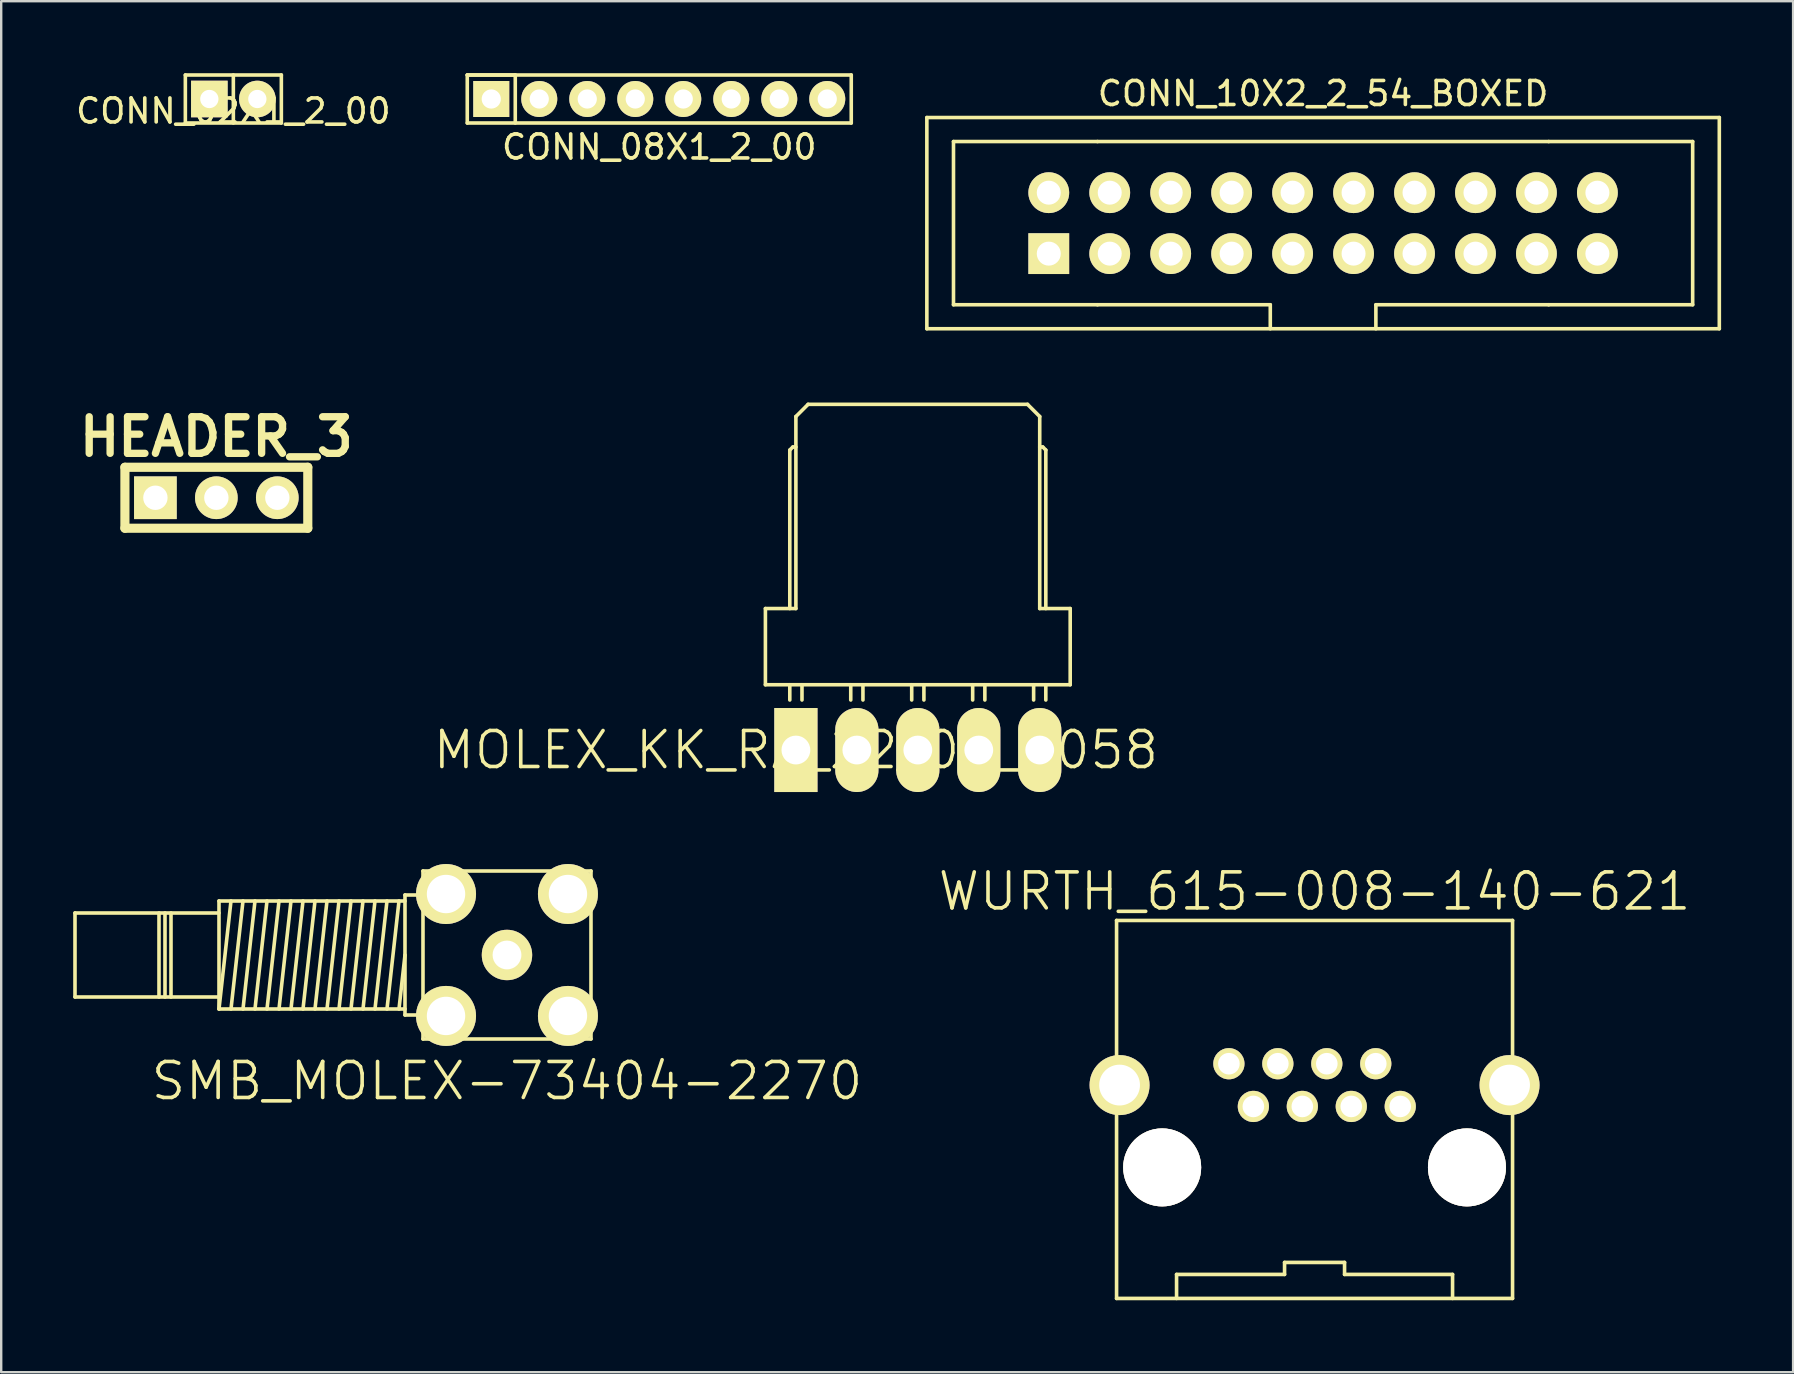
<source format=kicad_pcb>
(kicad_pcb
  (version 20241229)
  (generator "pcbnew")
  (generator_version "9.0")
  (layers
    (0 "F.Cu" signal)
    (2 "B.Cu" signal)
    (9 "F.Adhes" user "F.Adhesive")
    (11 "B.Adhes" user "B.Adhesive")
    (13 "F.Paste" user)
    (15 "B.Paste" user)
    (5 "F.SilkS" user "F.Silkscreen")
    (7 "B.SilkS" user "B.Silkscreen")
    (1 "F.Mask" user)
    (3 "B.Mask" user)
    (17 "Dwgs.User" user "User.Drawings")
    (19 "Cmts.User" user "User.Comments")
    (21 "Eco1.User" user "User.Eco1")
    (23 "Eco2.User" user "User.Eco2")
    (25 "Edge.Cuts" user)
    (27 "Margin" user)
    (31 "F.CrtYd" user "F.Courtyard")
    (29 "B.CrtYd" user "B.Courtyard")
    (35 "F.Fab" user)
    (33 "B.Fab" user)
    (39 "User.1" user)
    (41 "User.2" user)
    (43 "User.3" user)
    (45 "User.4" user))
  (footprint "SMB_MOLEX-73404-2270"
    (layer "F.Cu")
    (at 18.075 36.742)
    (property "Reference" "SMB_MOLEX-73404-2270" (at 0 5.25 0) (layer "F.SilkS") (effects (font (size 1.5 1.5) (thickness 0.15))))
    (attr through_hole)
    (fp_line (start -18 -1.75) (end -18 1.75) (stroke (width 0.15) (type solid)) (layer "F.SilkS"))
    (fp_line (start -18 1.75) (end -12 1.75) (stroke (width 0.15) (type solid)) (layer "F.SilkS"))
    (fp_line (start -14.5 -1.75) (end -14.5 1.75) (stroke (width 0.15) (type solid)) (layer "F.SilkS"))
    (fp_line (start -14.25 -1.75) (end -14.25 1.75) (stroke (width 0.15) (type solid)) (layer "F.SilkS"))
    (fp_line (start -14 -1.75) (end -14 1.75) (stroke (width 0.15) (type solid)) (layer "F.SilkS"))
    (fp_line (start -12 -2.25) (end -12 2.25) (stroke (width 0.15) (type solid)) (layer "F.SilkS"))
    (fp_line (start -12 -1.75) (end -18 -1.75) (stroke (width 0.15) (type solid)) (layer "F.SilkS"))
    (fp_line (start -12 2.25) (end -11.5 -2.25) (stroke (width 0.15) (type solid)) (layer "F.SilkS"))
    (fp_line (start -12 2.25) (end -4.25 2.25) (stroke (width 0.15) (type solid)) (layer "F.SilkS"))
    (fp_line (start -11.5 2.25) (end -11 -2.25) (stroke (width 0.15) (type solid)) (layer "F.SilkS"))
    (fp_line (start -11 2.25) (end -10.5 -2.25) (stroke (width 0.15) (type solid)) (layer "F.SilkS"))
    (fp_line (start -10.5 2.25) (end -10 -2.25) (stroke (width 0.15) (type solid)) (layer "F.SilkS"))
    (fp_line (start -10 2.25) (end -9.5 -2.25) (stroke (width 0.15) (type solid)) (layer "F.SilkS"))
    (fp_line (start -9.5 2.25) (end -9 -2.25) (stroke (width 0.15) (type solid)) (layer "F.SilkS"))
    (fp_line (start -9 2.25) (end -8.5 -2.25) (stroke (width 0.15) (type solid)) (layer "F.SilkS"))
    (fp_line (start -8.5 2.25) (end -8 -2.25) (stroke (width 0.15) (type solid)) (layer "F.SilkS"))
    (fp_line (start -8 2.25) (end -7.5 -2.25) (stroke (width 0.15) (type solid)) (layer "F.SilkS"))
    (fp_line (start -7.5 2.25) (end -7 -2.25) (stroke (width 0.15) (type solid)) (layer "F.SilkS"))
    (fp_line (start -7 2.25) (end -6.5 -2.25) (stroke (width 0.15) (type solid)) (layer "F.SilkS"))
    (fp_line (start -6.5 2.25) (end -6 -2.25) (stroke (width 0.15) (type solid)) (layer "F.SilkS"))
    (fp_line (start -6 2.25) (end -5.5 -2.25) (stroke (width 0.15) (type solid)) (layer "F.SilkS"))
    (fp_line (start -5.5 2.25) (end -5 -2.25) (stroke (width 0.15) (type solid)) (layer "F.SilkS"))
    (fp_line (start -5 2.25) (end -4.5 -2.25) (stroke (width 0.15) (type solid)) (layer "F.SilkS"))
    (fp_line (start -4.5 2.25) (end -4.25 0) (stroke (width 0.15) (type solid)) (layer "F.SilkS"))
    (fp_line (start -4.25 -2.5) (end -4.25 2.5) (stroke (width 0.15) (type solid)) (layer "F.SilkS"))
    (fp_line (start -4.25 -2.25) (end -12 -2.25) (stroke (width 0.15) (type solid)) (layer "F.SilkS"))
    (fp_line (start -4.25 2.5) (end -3.5 2.5) (stroke (width 0.15) (type solid)) (layer "F.SilkS"))
    (fp_line (start -3.5 -3.5) (end -3.5 3.5) (stroke (width 0.15) (type solid)) (layer "F.SilkS"))
    (fp_line (start -3.5 -2.5) (end -4.25 -2.5) (stroke (width 0.15) (type solid)) (layer "F.SilkS"))
    (fp_line (start -3.5 3.5) (end 3.5 3.5) (stroke (width 0.15) (type solid)) (layer "F.SilkS"))
    (fp_line (start 3.5 -3.5) (end -3.5 -3.5) (stroke (width 0.15) (type solid)) (layer "F.SilkS"))
    (fp_line (start 3.5 3.5) (end 3.5 -3.5) (stroke (width 0.15) (type solid)) (layer "F.SilkS"))
    (pad "1" thru_hole circle (at 0 0) (size 2.1 2.1) (drill 1.2) (layers "*.Cu" "*.Mask" "F.SilkS"))
    (pad "2" thru_hole circle (at -2.54 -2.54) (size 2.5 2.5) (drill 1.6) (layers "*.Cu" "*.Mask" "F.SilkS"))
    (pad "2" thru_hole circle (at -2.54 2.54) (size 2.5 2.5) (drill 1.6) (layers "*.Cu" "*.Mask" "F.SilkS"))
    (pad "2" thru_hole circle (at 2.54 -2.54) (size 2.5 2.5) (drill 1.6) (layers "*.Cu" "*.Mask" "F.SilkS"))
    (pad "2" thru_hole circle (at 2.54 2.54) (size 2.5 2.5) (drill 1.6) (layers "*.Cu" "*.Mask" "F.SilkS")))
  (footprint "CONN_10X2_2_54_BOXED"
    (layer "F.Cu")
    (at 52.08 6.248)
    (property "Reference" "CONN_10X2_2_54_BOXED" (at 0 -5.4 0) (layer "F.SilkS") (effects (font (size 1 1) (thickness 0.15))))
    (attr through_hole)
    (fp_line (start -16.51 -4.4) (end -16.51 4.4) (stroke (width 0.15) (type solid)) (layer "F.SilkS"))
    (fp_line (start -16.51 4.4) (end 16.51 4.4) (stroke (width 0.15) (type solid)) (layer "F.SilkS"))
    (fp_line (start -15.4 -3.4) (end -15.4 3.4) (stroke (width 0.15) (type solid)) (layer "F.SilkS"))
    (fp_line (start -15.4 3.4) (end -9.4 3.4) (stroke (width 0.15) (type solid)) (layer "F.SilkS"))
    (fp_line (start -9.4 -3.4) (end -15.4 -3.4) (stroke (width 0.15) (type solid)) (layer "F.SilkS"))
    (fp_line (start -9.4 -3.4) (end 9.4 -3.4) (stroke (width 0.15) (type solid)) (layer "F.SilkS"))
    (fp_line (start -2.2 3.4) (end -9.4 3.4) (stroke (width 0.15) (type solid)) (layer "F.SilkS"))
    (fp_line (start -2.2 4.4) (end -2.2 3.4) (stroke (width 0.15) (type solid)) (layer "F.SilkS"))
    (fp_line (start 2.2 3.4) (end 2.2 4.4) (stroke (width 0.15) (type solid)) (layer "F.SilkS"))
    (fp_line (start 9.4 -3.4) (end 15.4 -3.4) (stroke (width 0.15) (type solid)) (layer "F.SilkS"))
    (fp_line (start 9.4 3.4) (end 2.2 3.4) (stroke (width 0.15) (type solid)) (layer "F.SilkS"))
    (fp_line (start 15.4 -3.4) (end 15.4 3.4) (stroke (width 0.15) (type solid)) (layer "F.SilkS"))
    (fp_line (start 15.4 3.4) (end 9.4 3.4) (stroke (width 0.15) (type solid)) (layer "F.SilkS"))
    (fp_line (start 16.51 -4.4) (end -16.51 -4.4) (stroke (width 0.15) (type solid)) (layer "F.SilkS"))
    (fp_line (start 16.51 4.4) (end 16.51 -4.4) (stroke (width 0.15) (type solid)) (layer "F.SilkS"))
    (pad "1" thru_hole rect (at -11.43 1.27) (size 1.7 1.7) (drill 1) (layers "*.Cu" "*.Mask" "F.SilkS"))
    (pad "2" thru_hole circle (at -11.43 -1.27) (size 1.7 1.7) (drill 1) (layers "*.Cu" "*.Mask" "F.SilkS"))
    (pad "3" thru_hole circle (at -8.89 1.27) (size 1.7 1.7) (drill 1) (layers "*.Cu" "*.Mask" "F.SilkS"))
    (pad "4" thru_hole circle (at -8.89 -1.27) (size 1.7 1.7) (drill 1) (layers "*.Cu" "*.Mask" "F.SilkS"))
    (pad "5" thru_hole circle (at -6.35 1.27) (size 1.7 1.7) (drill 1) (layers "*.Cu" "*.Mask" "F.SilkS"))
    (pad "6" thru_hole circle (at -6.35 -1.27) (size 1.7 1.7) (drill 1) (layers "*.Cu" "*.Mask" "F.SilkS"))
    (pad "7" thru_hole circle (at -3.81 1.27) (size 1.7 1.7) (drill 1) (layers "*.Cu" "*.Mask" "F.SilkS"))
    (pad "8" thru_hole circle (at -3.81 -1.27) (size 1.7 1.7) (drill 1) (layers "*.Cu" "*.Mask" "F.SilkS"))
    (pad "9" thru_hole circle (at -1.27 1.27) (size 1.7 1.7) (drill 1) (layers "*.Cu" "*.Mask" "F.SilkS"))
    (pad "10" thru_hole circle (at -1.27 -1.27) (size 1.7 1.7) (drill 1) (layers "*.Cu" "*.Mask" "F.SilkS"))
    (pad "11" thru_hole circle (at 1.27 1.27) (size 1.7 1.7) (drill 1) (layers "*.Cu" "*.Mask" "F.SilkS"))
    (pad "12" thru_hole circle (at 1.27 -1.27) (size 1.7 1.7) (drill 1) (layers "*.Cu" "*.Mask" "F.SilkS"))
    (pad "13" thru_hole circle (at 3.81 1.27) (size 1.7 1.7) (drill 1) (layers "*.Cu" "*.Mask" "F.SilkS"))
    (pad "14" thru_hole circle (at 3.81 -1.27) (size 1.7 1.7) (drill 1) (layers "*.Cu" "*.Mask" "F.SilkS"))
    (pad "15" thru_hole circle (at 6.35 1.27) (size 1.7 1.7) (drill 1) (layers "*.Cu" "*.Mask" "F.SilkS"))
    (pad "16" thru_hole circle (at 6.35 -1.27) (size 1.7 1.7) (drill 1) (layers "*.Cu" "*.Mask" "F.SilkS"))
    (pad "17" thru_hole circle (at 8.89 1.27) (size 1.7 1.7) (drill 1) (layers "*.Cu" "*.Mask" "F.SilkS"))
    (pad "18" thru_hole circle (at 8.89 -1.27) (size 1.7 1.7) (drill 1) (layers "*.Cu" "*.Mask" "F.SilkS"))
    (pad "19" thru_hole circle (at 11.43 1.27) (size 1.7 1.7) (drill 1) (layers "*.Cu" "*.Mask" "F.SilkS"))
    (pad "20" thru_hole circle (at 11.43 -1.27) (size 1.7 1.7) (drill 1) (layers "*.Cu" "*.Mask" "F.SilkS")))
  (footprint "CONN_02X1_2_00"
    (layer "F.Cu")
    (at 6.673 1.075)
    (property "Reference" "CONN_02X1_2_00" (at 0 0.5 0) (layer "F.SilkS") (effects (font (size 1 1) (thickness 0.15))))
    (attr through_hole)
    (fp_line (start -2 -1) (end 2 -1) (stroke (width 0.15) (type solid)) (layer "F.SilkS"))
    (fp_line (start -2 1) (end -2 -1) (stroke (width 0.15) (type solid)) (layer "F.SilkS"))
    (fp_line (start 0 1) (end 0 -1) (stroke (width 0.15) (type solid)) (layer "F.SilkS"))
    (fp_line (start 2 -1) (end 2 1) (stroke (width 0.15) (type solid)) (layer "F.SilkS"))
    (fp_line (start 2 1) (end -2 1) (stroke (width 0.15) (type solid)) (layer "F.SilkS"))
    (pad "1" thru_hole rect (at -1 0) (size 1.524 1.524) (drill 0.762) (layers "*.Cu" "*.Mask" "F.SilkS"))
    (pad "2" thru_hole circle (at 1 0) (size 1.524 1.524) (drill 0.762) (layers "*.Cu" "*.Mask" "F.SilkS")))
  (footprint "HEADER_3"
    (layer "F.Cu")
    (at 5.965 17.69)
    (property "Reference" "HEADER_3" (at 0 -2.54 0) (layer "F.SilkS") (effects (font (size 1.524 1.524) (thickness 0.305))))
    (attr through_hole)
    (fp_line (start -3.81 -1.27) (end 3.81 -1.27) (stroke (width 0.381) (type solid)) (layer "F.SilkS"))
    (fp_line (start -3.81 1.27) (end -3.81 -1.27) (stroke (width 0.381) (type solid)) (layer "F.SilkS"))
    (fp_line (start 3.81 -1.27) (end 3.81 1.27) (stroke (width 0.381) (type solid)) (layer "F.SilkS"))
    (fp_line (start 3.81 1.27) (end -3.81 1.27) (stroke (width 0.381) (type solid)) (layer "F.SilkS"))
    (pad "1" thru_hole rect (at -2.54 0) (size 1.778 1.778) (drill 1.016) (layers "*.Cu" "*.Mask" "F.SilkS"))
    (pad "2" thru_hole circle (at 0 0) (size 1.778 1.778) (drill 1.016) (layers "*.Cu" "*.Mask" "F.SilkS"))
    (pad "3" thru_hole circle (at 2.54 0) (size 1.778 1.778) (drill 1.016) (layers "*.Cu" "*.Mask" "F.SilkS")))
  (footprint "CONN_08X1_2_00"
    (layer "F.Cu")
    (at 24.42 1.075)
    (property "Reference" "CONN_08X1_2_00" (at 0 2 0) (layer "F.SilkS") (effects (font (size 1 1) (thickness 0.15))))
    (attr through_hole)
    (fp_line (start -8 -1) (end -6 -1) (stroke (width 0.15) (type solid)) (layer "F.SilkS"))
    (fp_line (start -8 -1) (end 8 -1) (stroke (width 0.15) (type solid)) (layer "F.SilkS"))
    (fp_line (start -8 1) (end -8 -1) (stroke (width 0.15) (type solid)) (layer "F.SilkS"))
    (fp_line (start -6 -1) (end -6 1) (stroke (width 0.15) (type solid)) (layer "F.SilkS"))
    (fp_line (start 8 -1) (end 8 1) (stroke (width 0.15) (type solid)) (layer "F.SilkS"))
    (fp_line (start 8 1) (end -8 1) (stroke (width 0.15) (type solid)) (layer "F.SilkS"))
    (pad "1" thru_hole rect (at -7 0) (size 1.5 1.5) (drill 0.8) (layers "*.Cu" "*.Mask" "F.SilkS"))
    (pad "2" thru_hole circle (at -5 0) (size 1.5 1.5) (drill 0.8) (layers "*.Cu" "*.Mask" "F.SilkS"))
    (pad "3" thru_hole circle (at -3 0) (size 1.5 1.5) (drill 0.8) (layers "*.Cu" "*.Mask" "F.SilkS"))
    (pad "4" thru_hole circle (at -1 0) (size 1.5 1.5) (drill 0.8) (layers "*.Cu" "*.Mask" "F.SilkS"))
    (pad "5" thru_hole circle (at 1 0) (size 1.5 1.5) (drill 0.8) (layers "*.Cu" "*.Mask" "F.SilkS"))
    (pad "6" thru_hole circle (at 3 0) (size 1.5 1.5) (drill 0.8) (layers "*.Cu" "*.Mask" "F.SilkS"))
    (pad "7" thru_hole circle (at 5 0) (size 1.5 1.5) (drill 0.8) (layers "*.Cu" "*.Mask" "F.SilkS"))
    (pad "8" thru_hole circle (at 7 0) (size 1.5 1.5) (drill 0.8) (layers "*.Cu" "*.Mask" "F.SilkS")))
  (footprint "MOLEX_KK_RA_22_05_7058"
    (layer "F.Cu")
    (at 30.113 28.202)
    (property "Reference" "MOLEX_KK_RA_22_05_7058" (at 0 0 0) (layer "F.SilkS") (effects (font (size 1.5 1.5) (thickness 0.15))))
    (attr through_hole)
    (fp_line (start -1.27 -2.72) (end -1.27 -5.895) (stroke (width 0.15) (type solid)) (layer "F.SilkS"))
    (fp_line (start -0.254 -12.499) (end -0.127 -12.626) (stroke (width 0.15) (type solid)) (layer "F.SilkS"))
    (fp_line (start -0.254 -5.895) (end -0.254 -12.499) (stroke (width 0.15) (type solid)) (layer "F.SilkS"))
    (fp_line (start -0.254 -2.085) (end -0.254 -2.72) (stroke (width 0.15) (type solid)) (layer "F.SilkS"))
    (fp_line (start -0.127 -12.626) (end 0 -12.626) (stroke (width 0.15) (type solid)) (layer "F.SilkS"))
    (fp_line (start 0 -13.896) (end 0.508 -14.404) (stroke (width 0.15) (type solid)) (layer "F.SilkS"))
    (fp_line (start 0 -5.895) (end -1.27 -5.895) (stroke (width 0.15) (type solid)) (layer "F.SilkS"))
    (fp_line (start 0 -5.895) (end 0 -13.896) (stroke (width 0.15) (type solid)) (layer "F.SilkS"))
    (fp_line (start 0.254 -2.085) (end 0.254 -2.72) (stroke (width 0.15) (type solid)) (layer "F.SilkS"))
    (fp_line (start 2.286 -2.085) (end 2.286 -2.72) (stroke (width 0.15) (type solid)) (layer "F.SilkS"))
    (fp_line (start 2.794 -2.085) (end 2.794 -2.72) (stroke (width 0.15) (type solid)) (layer "F.SilkS"))
    (fp_line (start 4.826 -2.085) (end 4.826 -2.72) (stroke (width 0.15) (type solid)) (layer "F.SilkS"))
    (fp_line (start 5.334 -2.085) (end 5.334 -2.72) (stroke (width 0.15) (type solid)) (layer "F.SilkS"))
    (fp_line (start 7.366 -2.085) (end 7.366 -2.72) (stroke (width 0.15) (type solid)) (layer "F.SilkS"))
    (fp_line (start 7.874 -2.085) (end 7.874 -2.72) (stroke (width 0.15) (type solid)) (layer "F.SilkS"))
    (fp_line (start 9.652 -14.404) (end 0.508 -14.404) (stroke (width 0.15) (type solid)) (layer "F.SilkS"))
    (fp_line (start 9.906 -2.085) (end 9.906 -2.72) (stroke (width 0.15) (type solid)) (layer "F.SilkS"))
    (fp_line (start 10.16 -13.896) (end 9.652 -14.404) (stroke (width 0.15) (type solid)) (layer "F.SilkS"))
    (fp_line (start 10.16 -5.895) (end 10.16 -13.896) (stroke (width 0.15) (type solid)) (layer "F.SilkS"))
    (fp_line (start 10.16 -5.895) (end 11.43 -5.895) (stroke (width 0.15) (type solid)) (layer "F.SilkS"))
    (fp_line (start 10.287 -12.626) (end 10.16 -12.626) (stroke (width 0.15) (type solid)) (layer "F.SilkS"))
    (fp_line (start 10.414 -12.499) (end 10.287 -12.626) (stroke (width 0.15) (type solid)) (layer "F.SilkS"))
    (fp_line (start 10.414 -5.895) (end 10.414 -12.499) (stroke (width 0.15) (type solid)) (layer "F.SilkS"))
    (fp_line (start 10.414 -2.085) (end 10.414 -2.72) (stroke (width 0.15) (type solid)) (layer "F.SilkS"))
    (fp_line (start 11.43 -5.895) (end 11.43 -2.72) (stroke (width 0.15) (type solid)) (layer "F.SilkS"))
    (fp_line (start 11.43 -2.72) (end -1.27 -2.72) (stroke (width 0.15) (type solid)) (layer "F.SilkS"))
    (pad "1" thru_hole rect (at 0 0) (size 1.8 3.5) (drill 1.2) (layers "*.Cu" "*.Mask" "F.SilkS"))
    (pad "2" thru_hole oval (at 2.54 0) (size 1.8 3.5) (drill 1.2) (layers "*.Cu" "*.Mask" "F.SilkS"))
    (pad "3" thru_hole oval (at 5.08 0) (size 1.8 3.5) (drill 1.2) (layers "*.Cu" "*.Mask" "F.SilkS"))
    (pad "4" thru_hole oval (at 7.62 0) (size 1.8 3.5) (drill 1.2) (layers "*.Cu" "*.Mask" "F.SilkS"))
    (pad "5" thru_hole oval (at 10.16 0) (size 1.8 3.5) (drill 1.2) (layers "*.Cu" "*.Mask" "F.SilkS")))
  (footprint "WURTH_615-008-140-621"
    (layer "F.Cu")
    (at 51.725 45.593)
    (property "Reference" "WURTH_615-008-140-621" (at 0 -11.5 0) (layer "F.SilkS") (effects (font (size 1.5 1.5) (thickness 0.15))))
    (attr through_hole)
    (fp_line (start -8.25 -10.29) (end 8.25 -10.29) (stroke (width 0.15) (type solid)) (layer "F.SilkS"))
    (fp_line (start -8.25 5.46) (end -8.25 -10.29) (stroke (width 0.15) (type solid)) (layer "F.SilkS"))
    (fp_line (start -5.75 4.46) (end -1.25 4.46) (stroke (width 0.15) (type solid)) (layer "F.SilkS"))
    (fp_line (start -5.75 5.46) (end -5.75 4.46) (stroke (width 0.15) (type solid)) (layer "F.SilkS"))
    (fp_line (start -1.25 3.96) (end 1.25 3.96) (stroke (width 0.15) (type solid)) (layer "F.SilkS"))
    (fp_line (start -1.25 4.46) (end -1.25 3.96) (stroke (width 0.15) (type solid)) (layer "F.SilkS"))
    (fp_line (start 1.25 3.96) (end 1.25 4.46) (stroke (width 0.15) (type solid)) (layer "F.SilkS"))
    (fp_line (start 1.25 4.46) (end 5.75 4.46) (stroke (width 0.15) (type solid)) (layer "F.SilkS"))
    (fp_line (start 5.75 4.46) (end 5.75 5.46) (stroke (width 0.15) (type solid)) (layer "F.SilkS"))
    (fp_line (start 8.25 -10.29) (end 8.25 5.46) (stroke (width 0.15) (type solid)) (layer "F.SilkS"))
    (fp_line (start 8.25 5.46) (end -8.25 5.46) (stroke (width 0.15) (type solid)) (layer "F.SilkS"))
    (pad "" thru_hole circle (at -6.35 0) (size 3.25 3.25) (drill 3.25) (layers "*.Cu" "*.Mask" "F.SilkS"))
    (pad "" thru_hole circle (at 6.35 0) (size 3.25 3.25) (drill 3.25) (layers "*.Cu" "*.Mask" "F.SilkS"))
    (pad "1" thru_hole circle (at 3.57 -2.54) (size 1.3 1.3) (drill 0.9) (layers "*.Cu" "*.Mask" "F.SilkS"))
    (pad "2" thru_hole circle (at 2.55 -4.32) (size 1.3 1.3) (drill 0.9) (layers "*.Cu" "*.Mask" "F.SilkS"))
    (pad "3" thru_hole circle (at 1.53 -2.54) (size 1.3 1.3) (drill 0.9) (layers "*.Cu" "*.Mask" "F.SilkS"))
    (pad "4" thru_hole circle (at 0.51 -4.32) (size 1.3 1.3) (drill 0.9) (layers "*.Cu" "*.Mask" "F.SilkS"))
    (pad "5" thru_hole circle (at -0.51 -2.54) (size 1.3 1.3) (drill 0.9) (layers "*.Cu" "*.Mask" "F.SilkS"))
    (pad "6" thru_hole circle (at -1.53 -4.32) (size 1.3 1.3) (drill 0.9) (layers "*.Cu" "*.Mask" "F.SilkS"))
    (pad "7" thru_hole circle (at -2.55 -2.54) (size 1.3 1.3) (drill 0.9) (layers "*.Cu" "*.Mask" "F.SilkS"))
    (pad "8" thru_hole circle (at -3.57 -4.32) (size 1.3 1.3) (drill 0.9) (layers "*.Cu" "*.Mask" "F.SilkS"))
    (pad "9" thru_hole circle (at -8.125 -3.43) (size 2.5 2.5) (drill 1.7) (layers "*.Cu" "*.Mask" "F.SilkS"))
    (pad "9" thru_hole circle (at 8.125 -3.43) (size 2.5 2.5) (drill 1.7) (layers "*.Cu" "*.Mask" "F.SilkS")))
  (gr_rect
    (start -3 -3)
    (end 71.665 54.128)
    (stroke (width 0.1) (type default))
    (fill no)
    (layer "Edge.Cuts")))
</source>
